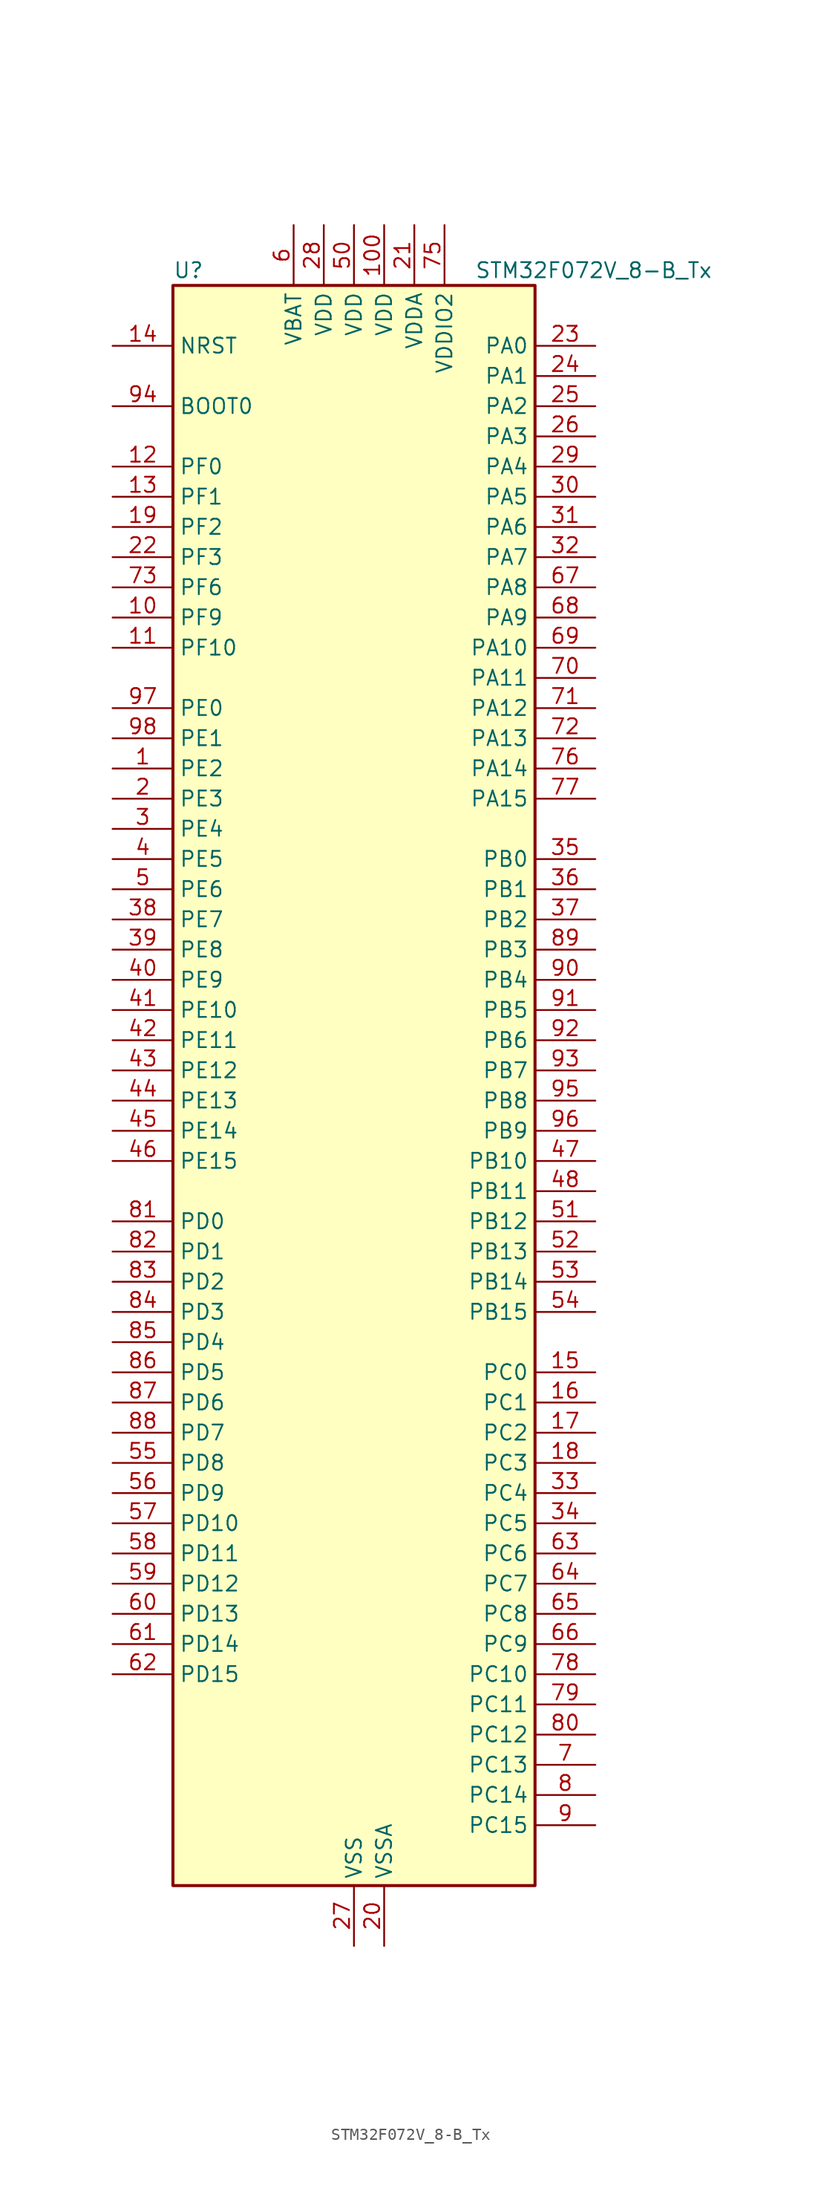
<source format=kicad_sym>
(kicad_symbol_lib
  (version 20241209)
  (generator "kicad_symbol_editor")
  (generator_version "9.0")
  (symbol "STM32F072V_8-B_Tx"
    (property "Reference" "U"
      (at -15.24 69.85 0)
      (effects (font (size 1.27 1.27)) (justify left)))
    (property "Value" "STM32F072V_8-B_Tx"
      (at 10.16 69.85 0)
      (effects (font (size 1.27 1.27)) (justify left)))
    (symbol "STM32F072V_8-B_Tx_0_1"
      (rectangle (start -15.24 -66.04) (end 15.24 68.58) (stroke (width 0.254) (type default)) (fill (type background))))
    (symbol "STM32F072V_8-B_Tx_1_1"
      (pin input line (at -20.32 63.5 0) (length 5.08) (name "NRST" (effects (font (size 1.27 1.27)))) (number "14" (effects (font (size 1.27 1.27)))))
      (pin input line (at -20.32 58.42 0) (length 5.08) (name "BOOT0" (effects (font (size 1.27 1.27)))) (number "94" (effects (font (size 1.27 1.27)))))
      (pin bidirectional line (at -20.32 53.34 0) (length 5.08) (name "PF0" (effects (font (size 1.27 1.27)))) (number "12" (effects (font (size 1.27 1.27)))) (alternate "CRS_SYNC" bidirectional line) (alternate "RCC_OSC_IN" bidirectional line))
      (pin bidirectional line (at -20.32 50.8 0) (length 5.08) (name "PF1" (effects (font (size 1.27 1.27)))) (number "13" (effects (font (size 1.27 1.27)))) (alternate "RCC_OSC_OUT" bidirectional line))
      (pin bidirectional line (at -20.32 48.26 0) (length 5.08) (name "PF2" (effects (font (size 1.27 1.27)))) (number "19" (effects (font (size 1.27 1.27)))) (alternate "SYS_WKUP8" bidirectional line))
      (pin bidirectional line (at -20.32 45.72 0) (length 5.08) (name "PF3" (effects (font (size 1.27 1.27)))) (number "22" (effects (font (size 1.27 1.27)))))
      (pin bidirectional line (at -20.32 43.18 0) (length 5.08) (name "PF6" (effects (font (size 1.27 1.27)))) (number "73" (effects (font (size 1.27 1.27)))))
      (pin bidirectional line (at -20.32 40.64 0) (length 5.08) (name "PF9" (effects (font (size 1.27 1.27)))) (number "10" (effects (font (size 1.27 1.27)))) (alternate "DAC_EXTI9" bidirectional line) (alternate "TIM15_CH1" bidirectional line))
      (pin bidirectional line (at -20.32 38.1 0) (length 5.08) (name "PF10" (effects (font (size 1.27 1.27)))) (number "11" (effects (font (size 1.27 1.27)))) (alternate "TIM15_CH2" bidirectional line))
      (pin bidirectional line (at -20.32 33.02 0) (length 5.08) (name "PE0" (effects (font (size 1.27 1.27)))) (number "97" (effects (font (size 1.27 1.27)))) (alternate "TIM16_CH1" bidirectional line))
      (pin bidirectional line (at -20.32 30.48 0) (length 5.08) (name "PE1" (effects (font (size 1.27 1.27)))) (number "98" (effects (font (size 1.27 1.27)))) (alternate "TIM17_CH1" bidirectional line))
      (pin bidirectional line (at -20.32 27.94 0) (length 5.08) (name "PE2" (effects (font (size 1.27 1.27)))) (number "1" (effects (font (size 1.27 1.27)))) (alternate "TIM3_ETR" bidirectional line) (alternate "TSC_G7_IO1" bidirectional line))
      (pin bidirectional line (at -20.32 25.4 0) (length 5.08) (name "PE3" (effects (font (size 1.27 1.27)))) (number "2" (effects (font (size 1.27 1.27)))) (alternate "TIM3_CH1" bidirectional line) (alternate "TSC_G7_IO2" bidirectional line))
      (pin bidirectional line (at -20.32 22.86 0) (length 5.08) (name "PE4" (effects (font (size 1.27 1.27)))) (number "3" (effects (font (size 1.27 1.27)))) (alternate "TIM3_CH2" bidirectional line) (alternate "TSC_G7_IO3" bidirectional line))
      (pin bidirectional line (at -20.32 20.32 0) (length 5.08) (name "PE5" (effects (font (size 1.27 1.27)))) (number "4" (effects (font (size 1.27 1.27)))) (alternate "TIM3_CH3" bidirectional line) (alternate "TSC_G7_IO4" bidirectional line))
      (pin bidirectional line (at -20.32 17.78 0) (length 5.08) (name "PE6" (effects (font (size 1.27 1.27)))) (number "5" (effects (font (size 1.27 1.27)))) (alternate "RTC_TAMP3" bidirectional line) (alternate "SYS_WKUP3" bidirectional line) (alternate "TIM3_CH4" bidirectional line))
      (pin bidirectional line (at -20.32 15.24 0) (length 5.08) (name "PE7" (effects (font (size 1.27 1.27)))) (number "38" (effects (font (size 1.27 1.27)))) (alternate "TIM1_ETR" bidirectional line))
      (pin bidirectional line (at -20.32 12.7 0) (length 5.08) (name "PE8" (effects (font (size 1.27 1.27)))) (number "39" (effects (font (size 1.27 1.27)))) (alternate "TIM1_CH1N" bidirectional line))
      (pin bidirectional line (at -20.32 10.16 0) (length 5.08) (name "PE9" (effects (font (size 1.27 1.27)))) (number "40" (effects (font (size 1.27 1.27)))) (alternate "DAC_EXTI9" bidirectional line) (alternate "TIM1_CH1" bidirectional line))
      (pin bidirectional line (at -20.32 7.62 0) (length 5.08) (name "PE10" (effects (font (size 1.27 1.27)))) (number "41" (effects (font (size 1.27 1.27)))) (alternate "TIM1_CH2N" bidirectional line))
      (pin bidirectional line (at -20.32 5.08 0) (length 5.08) (name "PE11" (effects (font (size 1.27 1.27)))) (number "42" (effects (font (size 1.27 1.27)))) (alternate "TIM1_CH2" bidirectional line))
      (pin bidirectional line (at -20.32 2.54 0) (length 5.08) (name "PE12" (effects (font (size 1.27 1.27)))) (number "43" (effects (font (size 1.27 1.27)))) (alternate "I2S1_WS" bidirectional line) (alternate "SPI1_NSS" bidirectional line) (alternate "TIM1_CH3N" bidirectional line))
      (pin bidirectional line (at -20.32 0 0) (length 5.08) (name "PE13" (effects (font (size 1.27 1.27)))) (number "44" (effects (font (size 1.27 1.27)))) (alternate "I2S1_CK" bidirectional line) (alternate "SPI1_SCK" bidirectional line) (alternate "TIM1_CH3" bidirectional line))
      (pin bidirectional line (at -20.32 -2.54 0) (length 5.08) (name "PE14" (effects (font (size 1.27 1.27)))) (number "45" (effects (font (size 1.27 1.27)))) (alternate "I2S1_MCK" bidirectional line) (alternate "SPI1_MISO" bidirectional line) (alternate "TIM1_CH4" bidirectional line))
      (pin bidirectional line (at -20.32 -5.08 0) (length 5.08) (name "PE15" (effects (font (size 1.27 1.27)))) (number "46" (effects (font (size 1.27 1.27)))) (alternate "I2S1_SD" bidirectional line) (alternate "SPI1_MOSI" bidirectional line) (alternate "TIM1_BKIN" bidirectional line))
      (pin bidirectional line (at -20.32 -10.16 0) (length 5.08) (name "PD0" (effects (font (size 1.27 1.27)))) (number "81" (effects (font (size 1.27 1.27)))) (alternate "CAN_RX" bidirectional line) (alternate "I2S2_WS" bidirectional line) (alternate "SPI2_NSS" bidirectional line))
      (pin bidirectional line (at -20.32 -12.7 0) (length 5.08) (name "PD1" (effects (font (size 1.27 1.27)))) (number "82" (effects (font (size 1.27 1.27)))) (alternate "CAN_TX" bidirectional line) (alternate "I2S2_CK" bidirectional line) (alternate "SPI2_SCK" bidirectional line))
      (pin bidirectional line (at -20.32 -15.24 0) (length 5.08) (name "PD2" (effects (font (size 1.27 1.27)))) (number "83" (effects (font (size 1.27 1.27)))) (alternate "TIM3_ETR" bidirectional line) (alternate "USART3_DE" bidirectional line) (alternate "USART3_RTS" bidirectional line))
      (pin bidirectional line (at -20.32 -17.78 0) (length 5.08) (name "PD3" (effects (font (size 1.27 1.27)))) (number "84" (effects (font (size 1.27 1.27)))) (alternate "I2S2_MCK" bidirectional line) (alternate "SPI2_MISO" bidirectional line) (alternate "USART2_CTS" bidirectional line))
      (pin bidirectional line (at -20.32 -20.32 0) (length 5.08) (name "PD4" (effects (font (size 1.27 1.27)))) (number "85" (effects (font (size 1.27 1.27)))) (alternate "I2S2_SD" bidirectional line) (alternate "SPI2_MOSI" bidirectional line) (alternate "USART2_DE" bidirectional line) (alternate "USART2_RTS" bidirectional line))
      (pin bidirectional line (at -20.32 -22.86 0) (length 5.08) (name "PD5" (effects (font (size 1.27 1.27)))) (number "86" (effects (font (size 1.27 1.27)))) (alternate "USART2_TX" bidirectional line))
      (pin bidirectional line (at -20.32 -25.4 0) (length 5.08) (name "PD6" (effects (font (size 1.27 1.27)))) (number "87" (effects (font (size 1.27 1.27)))) (alternate "USART2_RX" bidirectional line))
      (pin bidirectional line (at -20.32 -27.94 0) (length 5.08) (name "PD7" (effects (font (size 1.27 1.27)))) (number "88" (effects (font (size 1.27 1.27)))) (alternate "USART2_CK" bidirectional line))
      (pin bidirectional line (at -20.32 -30.48 0) (length 5.08) (name "PD8" (effects (font (size 1.27 1.27)))) (number "55" (effects (font (size 1.27 1.27)))) (alternate "USART3_TX" bidirectional line))
      (pin bidirectional line (at -20.32 -33.02 0) (length 5.08) (name "PD9" (effects (font (size 1.27 1.27)))) (number "56" (effects (font (size 1.27 1.27)))) (alternate "DAC_EXTI9" bidirectional line) (alternate "USART3_RX" bidirectional line))
      (pin bidirectional line (at -20.32 -35.56 0) (length 5.08) (name "PD10" (effects (font (size 1.27 1.27)))) (number "57" (effects (font (size 1.27 1.27)))) (alternate "USART3_CK" bidirectional line))
      (pin bidirectional line (at -20.32 -38.1 0) (length 5.08) (name "PD11" (effects (font (size 1.27 1.27)))) (number "58" (effects (font (size 1.27 1.27)))) (alternate "USART3_CTS" bidirectional line))
      (pin bidirectional line (at -20.32 -40.64 0) (length 5.08) (name "PD12" (effects (font (size 1.27 1.27)))) (number "59" (effects (font (size 1.27 1.27)))) (alternate "TSC_G8_IO1" bidirectional line) (alternate "USART3_DE" bidirectional line) (alternate "USART3_RTS" bidirectional line))
      (pin bidirectional line (at -20.32 -43.18 0) (length 5.08) (name "PD13" (effects (font (size 1.27 1.27)))) (number "60" (effects (font (size 1.27 1.27)))) (alternate "TSC_G8_IO2" bidirectional line))
      (pin bidirectional line (at -20.32 -45.72 0) (length 5.08) (name "PD14" (effects (font (size 1.27 1.27)))) (number "61" (effects (font (size 1.27 1.27)))) (alternate "TSC_G8_IO3" bidirectional line))
      (pin bidirectional line (at -20.32 -48.26 0) (length 5.08) (name "PD15" (effects (font (size 1.27 1.27)))) (number "62" (effects (font (size 1.27 1.27)))) (alternate "CRS_SYNC" bidirectional line) (alternate "TSC_G8_IO4" bidirectional line))
      (pin power_in line (at -5.08 73.66 270) (length 5.08) (name "VBAT" (effects (font (size 1.27 1.27)))) (number "6" (effects (font (size 1.27 1.27)))))
      (pin power_in line (at -2.54 73.66 270) (length 5.08) (name "VDD" (effects (font (size 1.27 1.27)))) (number "28" (effects (font (size 1.27 1.27)))))
      (pin power_in line (at 0 73.66 270) (length 5.08) (name "VDD" (effects (font (size 1.27 1.27)))) (number "50" (effects (font (size 1.27 1.27)))))
      (pin power_in line (at 0 -71.12 90) (length 5.08) (name "VSS" (effects (font (size 1.27 1.27)))) (number "27" (effects (font (size 1.27 1.27)))))
      (pin passive line (at 0 -71.12 90) (length 5.08) (hide yes) (name "VSS" (effects (font (size 1.27 1.27)))) (number "49" (effects (font (size 1.27 1.27)))))
      (pin passive line (at 0 -71.12 90) (length 5.08) (hide yes) (name "VSS" (effects (font (size 1.27 1.27)))) (number "74" (effects (font (size 1.27 1.27)))))
      (pin passive line (at 0 -71.12 90) (length 5.08) (hide yes) (name "VSS" (effects (font (size 1.27 1.27)))) (number "99" (effects (font (size 1.27 1.27)))))
      (pin power_in line (at 2.54 73.66 270) (length 5.08) (name "VDD" (effects (font (size 1.27 1.27)))) (number "100" (effects (font (size 1.27 1.27)))))
      (pin power_in line (at 2.54 -71.12 90) (length 5.08) (name "VSSA" (effects (font (size 1.27 1.27)))) (number "20" (effects (font (size 1.27 1.27)))))
      (pin power_in line (at 5.08 73.66 270) (length 5.08) (name "VDDA" (effects (font (size 1.27 1.27)))) (number "21" (effects (font (size 1.27 1.27)))))
      (pin power_in line (at 7.62 73.66 270) (length 5.08) (name "VDDIO2" (effects (font (size 1.27 1.27)))) (number "75" (effects (font (size 1.27 1.27)))))
      (pin bidirectional line (at 20.32 63.5 180) (length 5.08) (name "PA0" (effects (font (size 1.27 1.27)))) (number "23" (effects (font (size 1.27 1.27)))) (alternate "ADC_IN0" bidirectional line) (alternate "COMP1_INM" bidirectional line) (alternate "COMP1_OUT" bidirectional line) (alternate "RTC_TAMP2" bidirectional line) (alternate "SYS_WKUP1" bidirectional line) (alternate "TIM2_CH1" bidirectional line) (alternate "TIM2_ETR" bidirectional line) (alternate "TSC_G1_IO1" bidirectional line) (alternate "USART2_CTS" bidirectional line) (alternate "USART4_TX" bidirectional line))
      (pin bidirectional line (at 20.32 60.96 180) (length 5.08) (name "PA1" (effects (font (size 1.27 1.27)))) (number "24" (effects (font (size 1.27 1.27)))) (alternate "ADC_IN1" bidirectional line) (alternate "COMP1_INP" bidirectional line) (alternate "TIM15_CH1N" bidirectional line) (alternate "TIM2_CH2" bidirectional line) (alternate "TSC_G1_IO2" bidirectional line) (alternate "USART2_DE" bidirectional line) (alternate "USART2_RTS" bidirectional line) (alternate "USART4_RX" bidirectional line))
      (pin bidirectional line (at 20.32 58.42 180) (length 5.08) (name "PA2" (effects (font (size 1.27 1.27)))) (number "25" (effects (font (size 1.27 1.27)))) (alternate "ADC_IN2" bidirectional line) (alternate "COMP2_INM" bidirectional line) (alternate "COMP2_OUT" bidirectional line) (alternate "SYS_WKUP4" bidirectional line) (alternate "TIM15_CH1" bidirectional line) (alternate "TIM2_CH3" bidirectional line) (alternate "TSC_G1_IO3" bidirectional line) (alternate "USART2_TX" bidirectional line))
      (pin bidirectional line (at 20.32 55.88 180) (length 5.08) (name "PA3" (effects (font (size 1.27 1.27)))) (number "26" (effects (font (size 1.27 1.27)))) (alternate "ADC_IN3" bidirectional line) (alternate "COMP2_INP" bidirectional line) (alternate "TIM15_CH2" bidirectional line) (alternate "TIM2_CH4" bidirectional line) (alternate "TSC_G1_IO4" bidirectional line) (alternate "USART2_RX" bidirectional line))
      (pin bidirectional line (at 20.32 53.34 180) (length 5.08) (name "PA4" (effects (font (size 1.27 1.27)))) (number "29" (effects (font (size 1.27 1.27)))) (alternate "ADC_IN4" bidirectional line) (alternate "COMP1_INM" bidirectional line) (alternate "COMP2_INM" bidirectional line) (alternate "DAC_OUT1" bidirectional line) (alternate "I2S1_WS" bidirectional line) (alternate "SPI1_NSS" bidirectional line) (alternate "TIM14_CH1" bidirectional line) (alternate "TSC_G2_IO1" bidirectional line) (alternate "USART2_CK" bidirectional line))
      (pin bidirectional line (at 20.32 50.8 180) (length 5.08) (name "PA5" (effects (font (size 1.27 1.27)))) (number "30" (effects (font (size 1.27 1.27)))) (alternate "ADC_IN5" bidirectional line) (alternate "CEC" bidirectional line) (alternate "COMP1_INM" bidirectional line) (alternate "COMP2_INM" bidirectional line) (alternate "DAC_OUT2" bidirectional line) (alternate "I2S1_CK" bidirectional line) (alternate "SPI1_SCK" bidirectional line) (alternate "TIM2_CH1" bidirectional line) (alternate "TIM2_ETR" bidirectional line) (alternate "TSC_G2_IO2" bidirectional line))
      (pin bidirectional line (at 20.32 48.26 180) (length 5.08) (name "PA6" (effects (font (size 1.27 1.27)))) (number "31" (effects (font (size 1.27 1.27)))) (alternate "ADC_IN6" bidirectional line) (alternate "COMP1_OUT" bidirectional line) (alternate "I2S1_MCK" bidirectional line) (alternate "SPI1_MISO" bidirectional line) (alternate "TIM16_CH1" bidirectional line) (alternate "TIM1_BKIN" bidirectional line) (alternate "TIM3_CH1" bidirectional line) (alternate "TSC_G2_IO3" bidirectional line) (alternate "USART3_CTS" bidirectional line))
      (pin bidirectional line (at 20.32 45.72 180) (length 5.08) (name "PA7" (effects (font (size 1.27 1.27)))) (number "32" (effects (font (size 1.27 1.27)))) (alternate "ADC_IN7" bidirectional line) (alternate "COMP2_OUT" bidirectional line) (alternate "I2S1_SD" bidirectional line) (alternate "SPI1_MOSI" bidirectional line) (alternate "TIM14_CH1" bidirectional line) (alternate "TIM17_CH1" bidirectional line) (alternate "TIM1_CH1N" bidirectional line) (alternate "TIM3_CH2" bidirectional line) (alternate "TSC_G2_IO4" bidirectional line))
      (pin bidirectional line (at 20.32 43.18 180) (length 5.08) (name "PA8" (effects (font (size 1.27 1.27)))) (number "67" (effects (font (size 1.27 1.27)))) (alternate "CRS_SYNC" bidirectional line) (alternate "RCC_MCO" bidirectional line) (alternate "TIM1_CH1" bidirectional line) (alternate "USART1_CK" bidirectional line))
      (pin bidirectional line (at 20.32 40.64 180) (length 5.08) (name "PA9" (effects (font (size 1.27 1.27)))) (number "68" (effects (font (size 1.27 1.27)))) (alternate "DAC_EXTI9" bidirectional line) (alternate "TIM15_BKIN" bidirectional line) (alternate "TIM1_CH2" bidirectional line) (alternate "TSC_G4_IO1" bidirectional line) (alternate "USART1_TX" bidirectional line))
      (pin bidirectional line (at 20.32 38.1 180) (length 5.08) (name "PA10" (effects (font (size 1.27 1.27)))) (number "69" (effects (font (size 1.27 1.27)))) (alternate "TIM17_BKIN" bidirectional line) (alternate "TIM1_CH3" bidirectional line) (alternate "TSC_G4_IO2" bidirectional line) (alternate "USART1_RX" bidirectional line))
      (pin bidirectional line (at 20.32 35.56 180) (length 5.08) (name "PA11" (effects (font (size 1.27 1.27)))) (number "70" (effects (font (size 1.27 1.27)))) (alternate "CAN_RX" bidirectional line) (alternate "COMP1_OUT" bidirectional line) (alternate "TIM1_CH4" bidirectional line) (alternate "TSC_G4_IO3" bidirectional line) (alternate "USART1_CTS" bidirectional line) (alternate "USB_DM" bidirectional line))
      (pin bidirectional line (at 20.32 33.02 180) (length 5.08) (name "PA12" (effects (font (size 1.27 1.27)))) (number "71" (effects (font (size 1.27 1.27)))) (alternate "CAN_TX" bidirectional line) (alternate "COMP2_OUT" bidirectional line) (alternate "TIM1_ETR" bidirectional line) (alternate "TSC_G4_IO4" bidirectional line) (alternate "USART1_DE" bidirectional line) (alternate "USART1_RTS" bidirectional line) (alternate "USB_DP" bidirectional line))
      (pin bidirectional line (at 20.32 30.48 180) (length 5.08) (name "PA13" (effects (font (size 1.27 1.27)))) (number "72" (effects (font (size 1.27 1.27)))) (alternate "IR_OUT" bidirectional line) (alternate "SYS_SWDIO" bidirectional line) (alternate "USB_NOE" bidirectional line))
      (pin bidirectional line (at 20.32 27.94 180) (length 5.08) (name "PA14" (effects (font (size 1.27 1.27)))) (number "76" (effects (font (size 1.27 1.27)))) (alternate "SYS_SWCLK" bidirectional line) (alternate "USART2_TX" bidirectional line))
      (pin bidirectional line (at 20.32 25.4 180) (length 5.08) (name "PA15" (effects (font (size 1.27 1.27)))) (number "77" (effects (font (size 1.27 1.27)))) (alternate "I2S1_WS" bidirectional line) (alternate "SPI1_NSS" bidirectional line) (alternate "TIM2_CH1" bidirectional line) (alternate "TIM2_ETR" bidirectional line) (alternate "USART2_RX" bidirectional line) (alternate "USART4_DE" bidirectional line) (alternate "USART4_RTS" bidirectional line))
      (pin bidirectional line (at 20.32 20.32 180) (length 5.08) (name "PB0" (effects (font (size 1.27 1.27)))) (number "35" (effects (font (size 1.27 1.27)))) (alternate "ADC_IN8" bidirectional line) (alternate "TIM1_CH2N" bidirectional line) (alternate "TIM3_CH3" bidirectional line) (alternate "TSC_G3_IO2" bidirectional line) (alternate "USART3_CK" bidirectional line))
      (pin bidirectional line (at 20.32 17.78 180) (length 5.08) (name "PB1" (effects (font (size 1.27 1.27)))) (number "36" (effects (font (size 1.27 1.27)))) (alternate "ADC_IN9" bidirectional line) (alternate "TIM14_CH1" bidirectional line) (alternate "TIM1_CH3N" bidirectional line) (alternate "TIM3_CH4" bidirectional line) (alternate "TSC_G3_IO3" bidirectional line) (alternate "USART3_DE" bidirectional line) (alternate "USART3_RTS" bidirectional line))
      (pin bidirectional line (at 20.32 15.24 180) (length 5.08) (name "PB2" (effects (font (size 1.27 1.27)))) (number "37" (effects (font (size 1.27 1.27)))) (alternate "TSC_G3_IO4" bidirectional line))
      (pin bidirectional line (at 20.32 12.7 180) (length 5.08) (name "PB3" (effects (font (size 1.27 1.27)))) (number "89" (effects (font (size 1.27 1.27)))) (alternate "I2S1_CK" bidirectional line) (alternate "SPI1_SCK" bidirectional line) (alternate "TIM2_CH2" bidirectional line) (alternate "TSC_G5_IO1" bidirectional line))
      (pin bidirectional line (at 20.32 10.16 180) (length 5.08) (name "PB4" (effects (font (size 1.27 1.27)))) (number "90" (effects (font (size 1.27 1.27)))) (alternate "I2S1_MCK" bidirectional line) (alternate "SPI1_MISO" bidirectional line) (alternate "TIM17_BKIN" bidirectional line) (alternate "TIM3_CH1" bidirectional line) (alternate "TSC_G5_IO2" bidirectional line))
      (pin bidirectional line (at 20.32 7.62 180) (length 5.08) (name "PB5" (effects (font (size 1.27 1.27)))) (number "91" (effects (font (size 1.27 1.27)))) (alternate "I2C1_SMBA" bidirectional line) (alternate "I2S1_SD" bidirectional line) (alternate "SPI1_MOSI" bidirectional line) (alternate "SYS_WKUP6" bidirectional line) (alternate "TIM16_BKIN" bidirectional line) (alternate "TIM3_CH2" bidirectional line))
      (pin bidirectional line (at 20.32 5.08 180) (length 5.08) (name "PB6" (effects (font (size 1.27 1.27)))) (number "92" (effects (font (size 1.27 1.27)))) (alternate "I2C1_SCL" bidirectional line) (alternate "TIM16_CH1N" bidirectional line) (alternate "TSC_G5_IO3" bidirectional line) (alternate "USART1_TX" bidirectional line))
      (pin bidirectional line (at 20.32 2.54 180) (length 5.08) (name "PB7" (effects (font (size 1.27 1.27)))) (number "93" (effects (font (size 1.27 1.27)))) (alternate "I2C1_SDA" bidirectional line) (alternate "TIM17_CH1N" bidirectional line) (alternate "TSC_G5_IO4" bidirectional line) (alternate "USART1_RX" bidirectional line) (alternate "USART4_CTS" bidirectional line))
      (pin bidirectional line (at 20.32 0 180) (length 5.08) (name "PB8" (effects (font (size 1.27 1.27)))) (number "95" (effects (font (size 1.27 1.27)))) (alternate "CAN_RX" bidirectional line) (alternate "CEC" bidirectional line) (alternate "I2C1_SCL" bidirectional line) (alternate "TIM16_CH1" bidirectional line) (alternate "TSC_SYNC" bidirectional line))
      (pin bidirectional line (at 20.32 -2.54 180) (length 5.08) (name "PB9" (effects (font (size 1.27 1.27)))) (number "96" (effects (font (size 1.27 1.27)))) (alternate "CAN_TX" bidirectional line) (alternate "DAC_EXTI9" bidirectional line) (alternate "I2C1_SDA" bidirectional line) (alternate "I2S2_WS" bidirectional line) (alternate "IR_OUT" bidirectional line) (alternate "SPI2_NSS" bidirectional line) (alternate "TIM17_CH1" bidirectional line))
      (pin bidirectional line (at 20.32 -5.08 180) (length 5.08) (name "PB10" (effects (font (size 1.27 1.27)))) (number "47" (effects (font (size 1.27 1.27)))) (alternate "CEC" bidirectional line) (alternate "I2C2_SCL" bidirectional line) (alternate "I2S2_CK" bidirectional line) (alternate "SPI2_SCK" bidirectional line) (alternate "TIM2_CH3" bidirectional line) (alternate "TSC_SYNC" bidirectional line) (alternate "USART3_TX" bidirectional line))
      (pin bidirectional line (at 20.32 -7.62 180) (length 5.08) (name "PB11" (effects (font (size 1.27 1.27)))) (number "48" (effects (font (size 1.27 1.27)))) (alternate "I2C2_SDA" bidirectional line) (alternate "TIM2_CH4" bidirectional line) (alternate "TSC_G6_IO1" bidirectional line) (alternate "USART3_RX" bidirectional line))
      (pin bidirectional line (at 20.32 -10.16 180) (length 5.08) (name "PB12" (effects (font (size 1.27 1.27)))) (number "51" (effects (font (size 1.27 1.27)))) (alternate "I2S2_WS" bidirectional line) (alternate "SPI2_NSS" bidirectional line) (alternate "TIM15_BKIN" bidirectional line) (alternate "TIM1_BKIN" bidirectional line) (alternate "TSC_G6_IO2" bidirectional line) (alternate "USART3_CK" bidirectional line))
      (pin bidirectional line (at 20.32 -12.7 180) (length 5.08) (name "PB13" (effects (font (size 1.27 1.27)))) (number "52" (effects (font (size 1.27 1.27)))) (alternate "I2C2_SCL" bidirectional line) (alternate "I2S2_CK" bidirectional line) (alternate "SPI2_SCK" bidirectional line) (alternate "TIM1_CH1N" bidirectional line) (alternate "TSC_G6_IO3" bidirectional line) (alternate "USART3_CTS" bidirectional line))
      (pin bidirectional line (at 20.32 -15.24 180) (length 5.08) (name "PB14" (effects (font (size 1.27 1.27)))) (number "53" (effects (font (size 1.27 1.27)))) (alternate "I2C2_SDA" bidirectional line) (alternate "I2S2_MCK" bidirectional line) (alternate "SPI2_MISO" bidirectional line) (alternate "TIM15_CH1" bidirectional line) (alternate "TIM1_CH2N" bidirectional line) (alternate "TSC_G6_IO4" bidirectional line) (alternate "USART3_DE" bidirectional line) (alternate "USART3_RTS" bidirectional line))
      (pin bidirectional line (at 20.32 -17.78 180) (length 5.08) (name "PB15" (effects (font (size 1.27 1.27)))) (number "54" (effects (font (size 1.27 1.27)))) (alternate "I2S2_SD" bidirectional line) (alternate "RTC_REFIN" bidirectional line) (alternate "SPI2_MOSI" bidirectional line) (alternate "SYS_WKUP7" bidirectional line) (alternate "TIM15_CH1N" bidirectional line) (alternate "TIM15_CH2" bidirectional line) (alternate "TIM1_CH3N" bidirectional line))
      (pin bidirectional line (at 20.32 -22.86 180) (length 5.08) (name "PC0" (effects (font (size 1.27 1.27)))) (number "15" (effects (font (size 1.27 1.27)))) (alternate "ADC_IN10" bidirectional line))
      (pin bidirectional line (at 20.32 -25.4 180) (length 5.08) (name "PC1" (effects (font (size 1.27 1.27)))) (number "16" (effects (font (size 1.27 1.27)))) (alternate "ADC_IN11" bidirectional line))
      (pin bidirectional line (at 20.32 -27.94 180) (length 5.08) (name "PC2" (effects (font (size 1.27 1.27)))) (number "17" (effects (font (size 1.27 1.27)))) (alternate "ADC_IN12" bidirectional line) (alternate "I2S2_MCK" bidirectional line) (alternate "SPI2_MISO" bidirectional line))
      (pin bidirectional line (at 20.32 -30.48 180) (length 5.08) (name "PC3" (effects (font (size 1.27 1.27)))) (number "18" (effects (font (size 1.27 1.27)))) (alternate "ADC_IN13" bidirectional line) (alternate "I2S2_SD" bidirectional line) (alternate "SPI2_MOSI" bidirectional line))
      (pin bidirectional line (at 20.32 -33.02 180) (length 5.08) (name "PC4" (effects (font (size 1.27 1.27)))) (number "33" (effects (font (size 1.27 1.27)))) (alternate "ADC_IN14" bidirectional line) (alternate "USART3_TX" bidirectional line))
      (pin bidirectional line (at 20.32 -35.56 180) (length 5.08) (name "PC5" (effects (font (size 1.27 1.27)))) (number "34" (effects (font (size 1.27 1.27)))) (alternate "ADC_IN15" bidirectional line) (alternate "SYS_WKUP5" bidirectional line) (alternate "TSC_G3_IO1" bidirectional line) (alternate "USART3_RX" bidirectional line))
      (pin bidirectional line (at 20.32 -38.1 180) (length 5.08) (name "PC6" (effects (font (size 1.27 1.27)))) (number "63" (effects (font (size 1.27 1.27)))) (alternate "TIM3_CH1" bidirectional line))
      (pin bidirectional line (at 20.32 -40.64 180) (length 5.08) (name "PC7" (effects (font (size 1.27 1.27)))) (number "64" (effects (font (size 1.27 1.27)))) (alternate "TIM3_CH2" bidirectional line))
      (pin bidirectional line (at 20.32 -43.18 180) (length 5.08) (name "PC8" (effects (font (size 1.27 1.27)))) (number "65" (effects (font (size 1.27 1.27)))) (alternate "TIM3_CH3" bidirectional line))
      (pin bidirectional line (at 20.32 -45.72 180) (length 5.08) (name "PC9" (effects (font (size 1.27 1.27)))) (number "66" (effects (font (size 1.27 1.27)))) (alternate "DAC_EXTI9" bidirectional line) (alternate "TIM3_CH4" bidirectional line))
      (pin bidirectional line (at 20.32 -48.26 180) (length 5.08) (name "PC10" (effects (font (size 1.27 1.27)))) (number "78" (effects (font (size 1.27 1.27)))) (alternate "USART3_TX" bidirectional line) (alternate "USART4_TX" bidirectional line))
      (pin bidirectional line (at 20.32 -50.8 180) (length 5.08) (name "PC11" (effects (font (size 1.27 1.27)))) (number "79" (effects (font (size 1.27 1.27)))) (alternate "USART3_RX" bidirectional line) (alternate "USART4_RX" bidirectional line))
      (pin bidirectional line (at 20.32 -53.34 180) (length 5.08) (name "PC12" (effects (font (size 1.27 1.27)))) (number "80" (effects (font (size 1.27 1.27)))) (alternate "USART3_CK" bidirectional line) (alternate "USART4_CK" bidirectional line))
      (pin bidirectional line (at 20.32 -55.88 180) (length 5.08) (name "PC13" (effects (font (size 1.27 1.27)))) (number "7" (effects (font (size 1.27 1.27)))) (alternate "RTC_OUT_ALARM" bidirectional line) (alternate "RTC_OUT_CALIB" bidirectional line) (alternate "RTC_TAMP1" bidirectional line) (alternate "RTC_TS" bidirectional line) (alternate "SYS_WKUP2" bidirectional line))
      (pin bidirectional line (at 20.32 -58.42 180) (length 5.08) (name "PC14" (effects (font (size 1.27 1.27)))) (number "8" (effects (font (size 1.27 1.27)))) (alternate "RCC_OSC32_IN" bidirectional line))
      (pin bidirectional line (at 20.32 -60.96 180) (length 5.08) (name "PC15" (effects (font (size 1.27 1.27)))) (number "9" (effects (font (size 1.27 1.27)))) (alternate "RCC_OSC32_OUT" bidirectional line)))))
</source>
